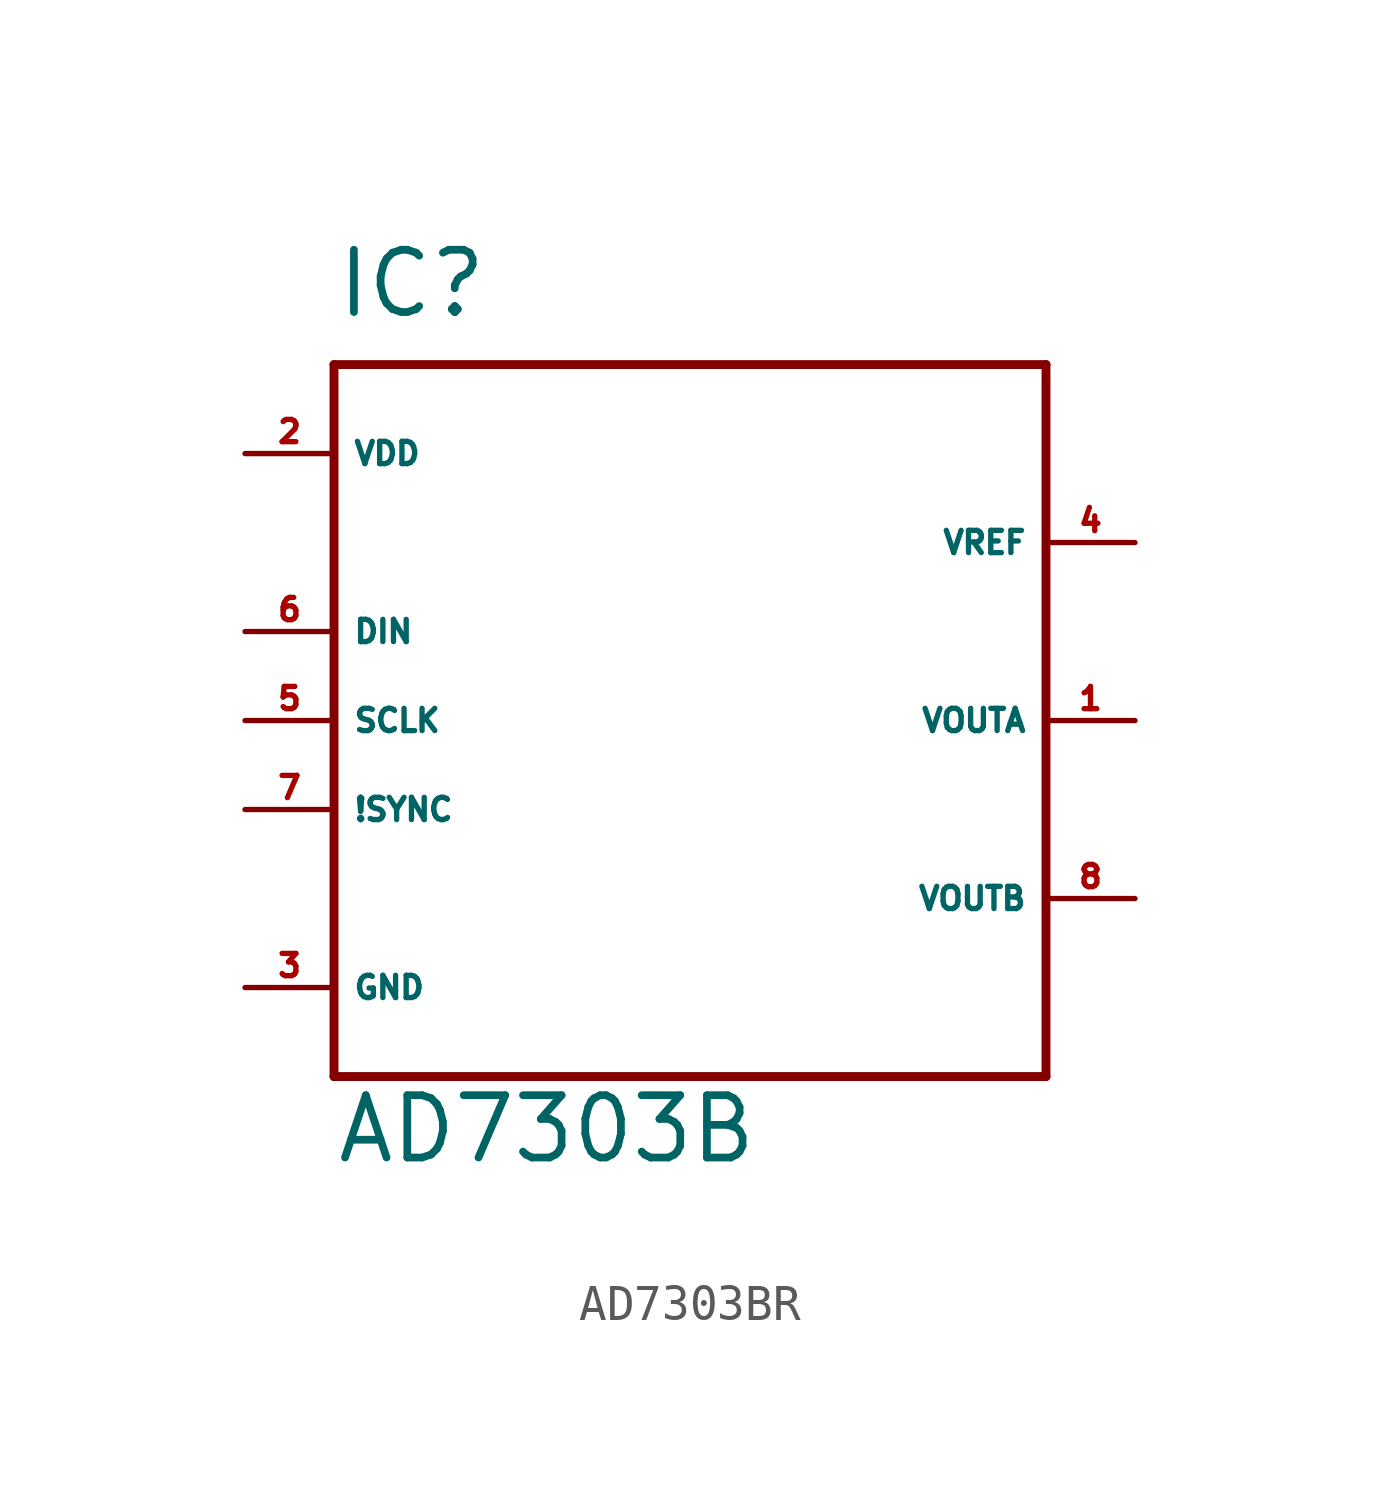
<source format=kicad_sym>
(kicad_symbol_lib
  (version 20220914)
  (generator Eagle2Kicad)
  (symbol "AD7303BR"
    (property "Reference" "IC"
      (at -10.16 11.43 0)
      (effects (font (size 1.778 1.778) (thickness 0.22)) (justify left bottom)))
    (property "Value" "AD7303B"
      (at -10.16 -12.7 0)
      (effects (font (size 1.778 1.778) (thickness 0.22)) (justify left bottom)))
    (polyline
      (pts (xy -10.16 10.16) (xy 10.16 10.16))
      (stroke (width 0.254) (type default))
      (fill (type none)))
    (polyline
      (pts (xy 10.16 10.16) (xy 10.16 -10.16))
      (stroke (width 0.254) (type default))
      (fill (type none)))
    (polyline
      (pts (xy 10.16 -10.16) (xy -10.16 -10.16))
      (stroke (width 0.254) (type default))
      (fill (type none)))
    (polyline
      (pts (xy -10.16 -10.16) (xy -10.16 10.16))
      (stroke (width 0.254) (type default))
      (fill (type none)))
    (pin input line
      (at -12.7 2.54 0)
      (length 2.54)
      (name "DIN" (effects (font (size 0.635 0.635) (thickness 0.08)) (justify left bottom)))
      (number "6" (effects (font (size 0.635 0.635) (thickness 0.08)) (justify left bottom))))
    (pin input line
      (at -12.7 0 0)
      (length 2.54)
      (name "SCLK" (effects (font (size 0.635 0.635) (thickness 0.08)) (justify left bottom)))
      (number "5" (effects (font (size 0.635 0.635) (thickness 0.08)) (justify left bottom))))
    (pin input line
      (at -12.7 -2.54 0)
      (length 2.54)
      (name "!SYNC" (effects (font (size 0.635 0.635) (thickness 0.08)) (justify left bottom)))
      (number "7" (effects (font (size 0.635 0.635) (thickness 0.08)) (justify left bottom))))
    (pin unspecified line
      (at -12.7 -7.62 0)
      (length 2.54)
      (name "GND" (effects (font (size 0.635 0.635) (thickness 0.08)) (justify left bottom)))
      (number "3" (effects (font (size 0.635 0.635) (thickness 0.08)) (justify left bottom))))
    (pin unspecified line
      (at -12.7 7.62 0)
      (length 2.54)
      (name "VDD" (effects (font (size 0.635 0.635) (thickness 0.08)) (justify left bottom)))
      (number "2" (effects (font (size 0.635 0.635) (thickness 0.08)) (justify left bottom))))
    (pin passive line
      (at 12.7 5.08 180)
      (length 2.54)
      (name "VREF" (effects (font (size 0.635 0.635) (thickness 0.08)) (justify left bottom)))
      (number "4" (effects (font (size 0.635 0.635) (thickness 0.08)) (justify left bottom))))
    (pin output line
      (at 12.7 0 180)
      (length 2.54)
      (name "VOUTA" (effects (font (size 0.635 0.635) (thickness 0.08)) (justify left bottom)))
      (number "1" (effects (font (size 0.635 0.635) (thickness 0.08)) (justify left bottom))))
    (pin output line
      (at 12.7 -5.08 180)
      (length 2.54)
      (name "VOUTB" (effects (font (size 0.635 0.635) (thickness 0.08)) (justify left bottom)))
      (number "8" (effects (font (size 0.635 0.635) (thickness 0.08)) (justify left bottom))))))
</source>
